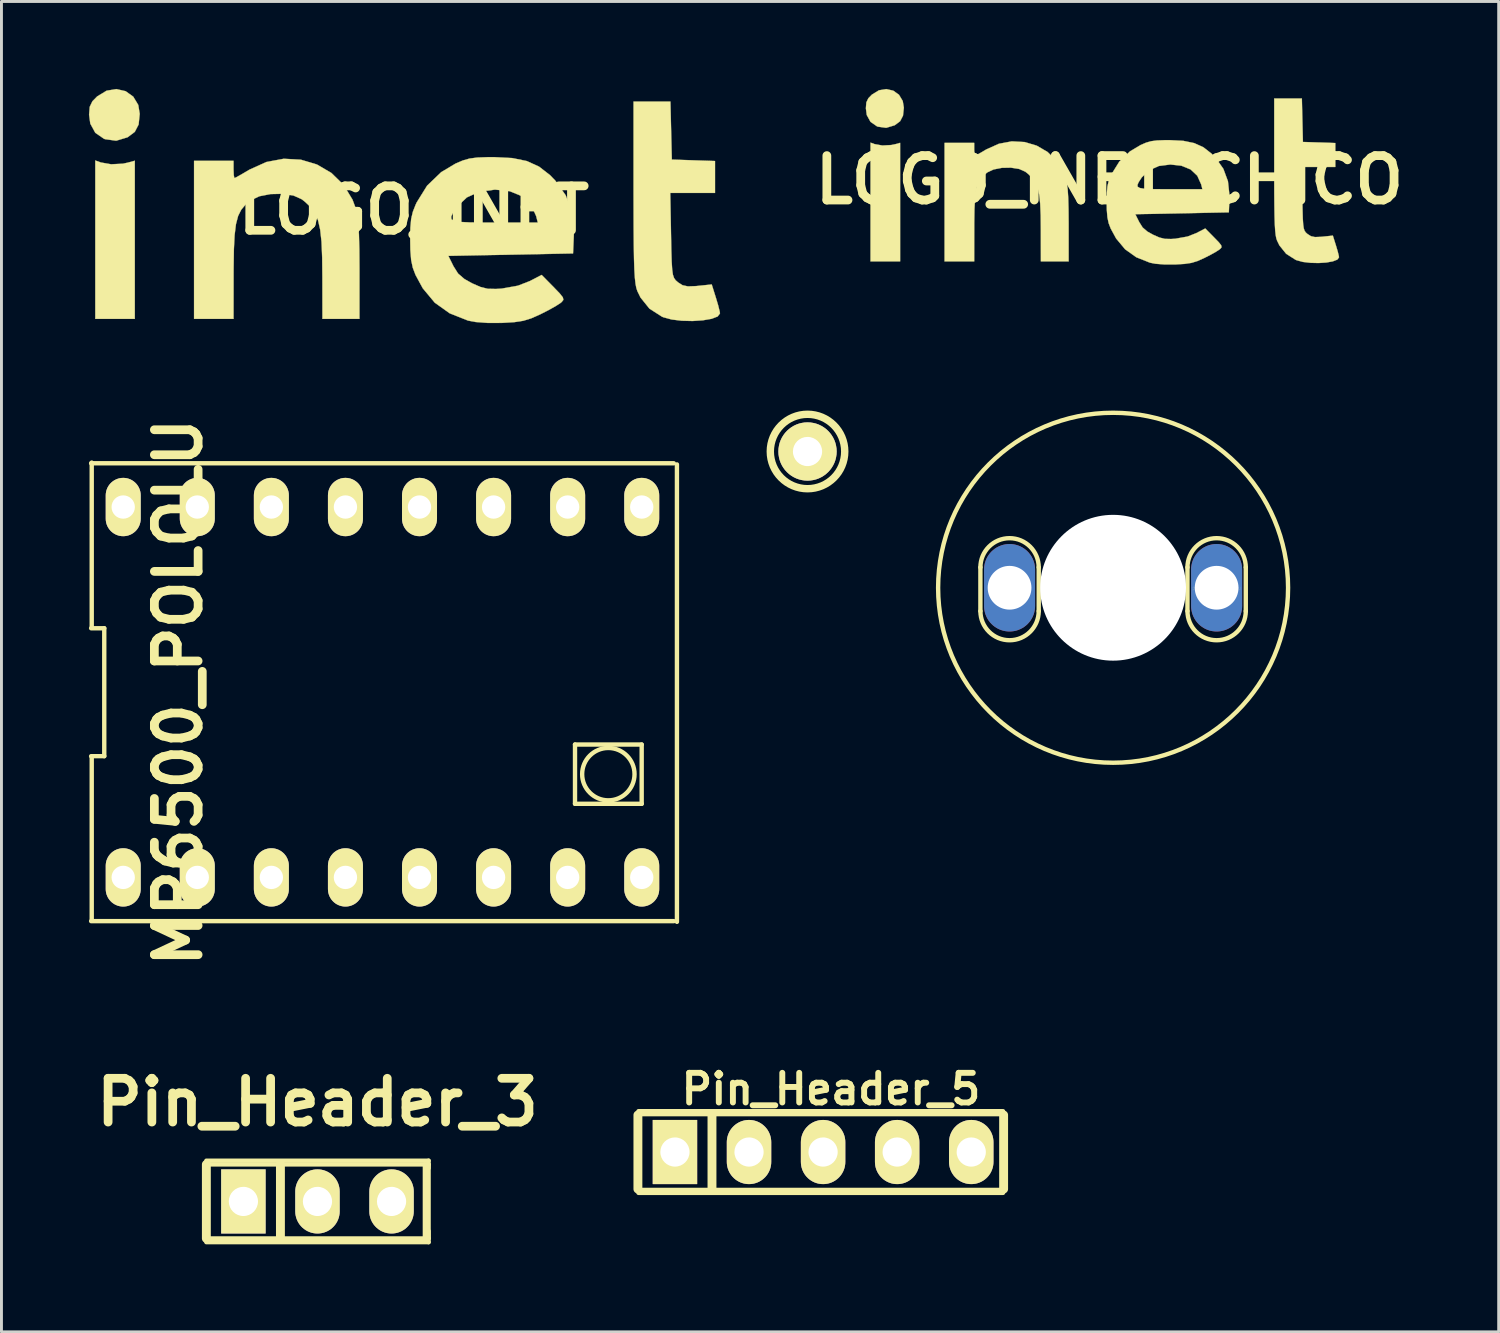
<source format=kicad_pcb>
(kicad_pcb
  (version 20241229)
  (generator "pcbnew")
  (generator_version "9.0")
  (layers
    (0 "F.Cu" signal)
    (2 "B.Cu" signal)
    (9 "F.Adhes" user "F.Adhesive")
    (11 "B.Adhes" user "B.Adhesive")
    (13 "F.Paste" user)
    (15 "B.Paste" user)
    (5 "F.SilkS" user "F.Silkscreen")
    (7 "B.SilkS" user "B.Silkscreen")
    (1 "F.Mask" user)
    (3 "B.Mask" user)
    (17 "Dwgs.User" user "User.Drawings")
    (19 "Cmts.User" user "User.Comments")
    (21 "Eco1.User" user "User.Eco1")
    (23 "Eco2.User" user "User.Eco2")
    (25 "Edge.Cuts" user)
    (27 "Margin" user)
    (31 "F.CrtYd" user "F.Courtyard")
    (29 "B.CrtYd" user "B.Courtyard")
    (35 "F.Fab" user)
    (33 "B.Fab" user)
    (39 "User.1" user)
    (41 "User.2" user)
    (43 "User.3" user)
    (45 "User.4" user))
  (footprint "LOGO_INET"
    (layer "F.Cu")
    (at 11.139 4.158)
    (property "Reference" "LOGO_INET" (at 0 0 0) (layer "F.SilkS") (effects (font (size 1.524 1.524) (thickness 0.3))))
    (attr through_hole)
    (fp_poly (pts (xy -10.732 -1.637) (xy -10.379 -1.575) (xy -9.975 -1.595) (xy -9.8 -1.633) (xy -9.567 -1.697) (xy -9.567 3.725) (xy -10.922 3.725) (xy -10.922 -1.705) (xy -10.732 -1.637)) (stroke (width 0.01) (type solid)) (fill yes) (layer "F.SilkS"))
    (fp_poly (pts (xy -9.881 -4.081) (xy -9.62 -3.894) (xy -9.448 -3.609) (xy -9.398 -3.303) (xy -9.436 -2.939) (xy -9.567 -2.686) (xy -9.811 -2.503) (xy -9.82 -2.499) (xy -10.206 -2.383) (xy -10.588 -2.436) (xy -10.626 -2.451) (xy -10.922 -2.655) (xy -11.093 -2.969) (xy -11.134 -3.276) (xy -11.112 -3.545) (xy -11.02 -3.736) (xy -10.857 -3.902) (xy -10.534 -4.098) (xy -10.197 -4.153) (xy -9.881 -4.081)) (stroke (width 0.01) (type solid)) (fill yes) (layer "F.SilkS"))
    (fp_poly (pts (xy 8.824 -2.731) (xy 8.848 -1.736) (xy 9.588 -1.711) (xy 10.329 -1.687) (xy 10.329 -0.593) (xy 8.794 -0.593) (xy 8.821 0.854) (xy 8.831 1.381) (xy 8.843 1.765) (xy 8.86 2.032) (xy 8.885 2.21) (xy 8.924 2.324) (xy 8.979 2.402) (xy 9.055 2.469) (xy 9.059 2.473) (xy 9.217 2.573) (xy 9.4 2.612) (xy 9.673 2.602) (xy 9.743 2.595) (xy 10.216 2.546) (xy 10.357 2.995) (xy 10.436 3.26) (xy 10.487 3.464) (xy 10.499 3.538) (xy 10.421 3.643) (xy 10.214 3.723) (xy 9.914 3.775) (xy 9.561 3.799) (xy 9.191 3.79) (xy 8.844 3.748) (xy 8.555 3.67) (xy 8.509 3.65) (xy 8.081 3.376) (xy 7.775 2.996) (xy 7.666 2.774) (xy 7.631 2.667) (xy 7.603 2.52) (xy 7.58 2.316) (xy 7.563 2.037) (xy 7.551 1.667) (xy 7.543 1.188) (xy 7.538 0.583) (xy 7.536 -0.164) (xy 7.535 -0.632) (xy 7.535 -3.725) (xy 8.8 -3.725) (xy 8.824 -2.731)) (stroke (width 0.01) (type solid)) (fill yes) (layer "F.SilkS"))
    (fp_poly (pts (xy -3.873 -1.732) (xy -3.321 -1.567) (xy -2.825 -1.277) (xy -2.41 -0.872) (xy -2.101 -0.361) (xy -1.992 -0.066) (xy -1.942 0.155) (xy -1.906 0.446) (xy -1.881 0.832) (xy -1.867 1.338) (xy -1.863 1.987) (xy -1.863 2.047) (xy -1.863 3.725) (xy -3.133 3.725) (xy -3.135 2.307) (xy -3.142 1.624) (xy -3.164 1.086) (xy -3.21 0.668) (xy -3.284 0.344) (xy -3.394 0.092) (xy -3.545 -0.115) (xy -3.745 -0.3) (xy -3.843 -0.376) (xy -4.126 -0.503) (xy -4.503 -0.562) (xy -4.913 -0.553) (xy -5.296 -0.478) (xy -5.577 -0.347) (xy -5.769 -0.192) (xy -5.916 -0.018) (xy -6.024 0.197) (xy -6.098 0.479) (xy -6.144 0.852) (xy -6.169 1.34) (xy -6.178 1.966) (xy -6.179 2.138) (xy -6.181 3.725) (xy -7.535 3.725) (xy -7.535 -1.693) (xy -6.181 -1.693) (xy -6.181 -1.397) (xy -6.173 -1.201) (xy -6.153 -1.103) (xy -6.149 -1.101) (xy -6.065 -1.141) (xy -5.878 -1.247) (xy -5.631 -1.393) (xy -5.052 -1.654) (xy -4.458 -1.764) (xy -3.873 -1.732)) (stroke (width 0.01) (type solid)) (fill yes) (layer "F.SilkS"))
    (fp_poly (pts (xy 3.375 -1.788) (xy 3.877 -1.685) (xy 4.296 -1.494) (xy 4.671 -1.203) (xy 4.857 -1.01) (xy 5.211 -0.508) (xy 5.42 0.059) (xy 5.49 0.71) (xy 5.486 0.898) (xy 5.461 1.482) (xy 1.185 1.566) (xy 1.362 1.924) (xy 1.519 2.172) (xy 1.735 2.359) (xy 2 2.507) (xy 2.29 2.634) (xy 2.535 2.694) (xy 2.818 2.7) (xy 3.014 2.688) (xy 3.572 2.588) (xy 3.975 2.431) (xy 4.384 2.219) (xy 4.792 2.633) (xy 5.004 2.853) (xy 5.111 2.988) (xy 5.129 3.074) (xy 5.073 3.146) (xy 5.034 3.179) (xy 4.874 3.283) (xy 4.618 3.427) (xy 4.33 3.573) (xy 4.026 3.708) (xy 3.752 3.792) (xy 3.441 3.839) (xy 3.027 3.864) (xy 3.018 3.864) (xy 2.532 3.865) (xy 2.113 3.833) (xy 1.857 3.784) (xy 1.23 3.535) (xy 0.719 3.171) (xy 0.308 2.677) (xy 0.06 2.221) (xy -0.034 1.974) (xy -0.091 1.707) (xy -0.118 1.365) (xy -0.124 1.016) (xy -0.118 0.604) (xy -0.091 0.305) (xy -0.071 0.218) (xy 1.283 0.218) (xy 1.292 0.309) (xy 1.389 0.368) (xy 1.592 0.402) (xy 1.919 0.418) (xy 2.385 0.423) (xy 2.761 0.423) (xy 4.252 0.423) (xy 4.196 0.203) (xy 4.018 -0.192) (xy 3.714 -0.478) (xy 3.291 -0.651) (xy 2.784 -0.706) (xy 2.259 -0.637) (xy 1.819 -0.439) (xy 1.485 -0.121) (xy 1.46 -0.086) (xy 1.345 0.089) (xy 1.283 0.218) (xy -0.071 0.218) (xy -0.034 0.059) (xy 0.063 -0.189) (xy 0.096 -0.261) (xy 0.456 -0.841) (xy 0.939 -1.305) (xy 1.432 -1.599) (xy 1.68 -1.705) (xy 1.911 -1.771) (xy 2.176 -1.806) (xy 2.531 -1.819) (xy 2.752 -1.82) (xy 3.375 -1.788)) (stroke (width 0.01) (type solid)) (fill yes) (layer "F.SilkS")))
  (footprint "MP6500_POLOLU"
    (layer "F.Cu")
    (at 10.065 20.686)
    (property "Reference" "MP6500_POLOLU" (at -7 0 90) (layer "F.SilkS") (effects (font (size 1.5 1.5) (thickness 0.3))))
    (attr through_hole)
    (fp_line (start -9.99 -2.193) (end -9.54 -2.193) (stroke (width 0.15) (type solid)) (layer "F.SilkS"))
    (fp_line (start -9.99 7.85) (end 9.99 7.85) (stroke (width 0.15) (type solid)) (layer "F.SilkS"))
    (fp_line (start -9.97 -2.223) (end -9.97 -7.874) (stroke (width 0.15) (type solid)) (layer "F.SilkS"))
    (fp_line (start -9.97 2.223) (end -9.97 7.811) (stroke (width 0.15) (type solid)) (layer "F.SilkS"))
    (fp_line (start -9.54 -2.193) (end -9.54 2.193) (stroke (width 0.15) (type solid)) (layer "F.SilkS"))
    (fp_line (start -9.54 2.193) (end -9.99 2.193) (stroke (width 0.15) (type solid)) (layer "F.SilkS"))
    (fp_line (start 6.602 1.794) (end 8.888 1.794) (stroke (width 0.15) (type solid)) (layer "F.SilkS"))
    (fp_line (start 6.602 3.826) (end 6.602 1.794) (stroke (width 0.15) (type solid)) (layer "F.SilkS"))
    (fp_line (start 8.888 1.794) (end 8.888 3.826) (stroke (width 0.15) (type solid)) (layer "F.SilkS"))
    (fp_line (start 8.888 3.826) (end 6.602 3.826) (stroke (width 0.15) (type solid)) (layer "F.SilkS"))
    (fp_line (start 9.99 -7.85) (end -9.99 -7.85) (stroke (width 0.15) (type solid)) (layer "F.SilkS"))
    (fp_line (start 10.097 -7.811) (end 10.097 7.874) (stroke (width 0.15) (type solid)) (layer "F.SilkS"))
    (fp_circle (center 7.745 2.81) (end 8.38 2.175) (stroke (width 0.15) (type solid)) (fill no) (layer "F.SilkS"))
    (pad "1" thru_hole oval (at -8.89 6.35) (size 1.2 2) (drill 0.8) (layers "*.Cu" "*.Mask" "F.SilkS"))
    (pad "2" thru_hole oval (at -6.35 6.35) (size 1.2 2) (drill 0.8) (layers "*.Cu" "*.Mask" "F.SilkS"))
    (pad "3" thru_hole oval (at -3.81 6.35) (size 1.2 2) (drill 0.8) (layers "*.Cu" "*.Mask" "F.SilkS"))
    (pad "4" thru_hole oval (at -1.27 6.35) (size 1.2 2) (drill 0.8) (layers "*.Cu" "*.Mask" "F.SilkS"))
    (pad "5" thru_hole oval (at 1.27 6.35) (size 1.2 2) (drill 0.8) (layers "*.Cu" "*.Mask" "F.SilkS"))
    (pad "6" thru_hole oval (at 3.81 6.35) (size 1.2 2) (drill 0.8) (layers "*.Cu" "*.Mask" "F.SilkS"))
    (pad "7" thru_hole oval (at 6.35 6.35) (size 1.2 2) (drill 0.8) (layers "*.Cu" "*.Mask" "F.SilkS"))
    (pad "8" thru_hole oval (at 8.89 6.35) (size 1.2 2) (drill 0.8) (layers "*.Cu" "*.Mask" "F.SilkS"))
    (pad "9" thru_hole oval (at 8.89 -6.35) (size 1.2 2) (drill 0.8) (layers "*.Cu" "*.Mask" "F.SilkS"))
    (pad "10" thru_hole oval (at 6.35 -6.35) (size 1.2 2) (drill 0.8) (layers "*.Cu" "*.Mask" "F.SilkS"))
    (pad "11" thru_hole oval (at 3.81 -6.35) (size 1.2 2) (drill 0.8) (layers "*.Cu" "*.Mask" "F.SilkS"))
    (pad "12" thru_hole oval (at 1.27 -6.35) (size 1.2 2) (drill 0.8) (layers "*.Cu" "*.Mask" "F.SilkS"))
    (pad "13" thru_hole oval (at -1.27 -6.35) (size 1.2 2) (drill 0.8) (layers "*.Cu" "*.Mask" "F.SilkS"))
    (pad "14" thru_hole oval (at -3.81 -6.35) (size 1.2 2) (drill 0.8) (layers "*.Cu" "*.Mask" "F.SilkS"))
    (pad "15" thru_hole oval (at -6.35 -6.35) (size 1.2 2) (drill 0.8) (layers "*.Cu" "*.Mask" "F.SilkS"))
    (pad "16" thru_hole oval (at -8.89 -6.35) (size 1.2 2) (drill 0.8) (layers "*.Cu" "*.Mask" "F.SilkS")))
  (footprint "Pin_Header_5"
    (layer "F.Cu")
    (at 25.174 36.453)
    (property "Reference" "Pin_Header_5" (at 0.27 -2.159 0) (layer "F.SilkS") (effects (font (size 1.016 1.016) (thickness 0.203))))
    (attr through_hole)
    (fp_line (start -6.35 1.27) (end -6.35 -1.27) (stroke (width 0.305) (type solid)) (layer "F.SilkS"))
    (fp_line (start -6.33 -1.4) (end 6.17 -1.4) (stroke (width 0.15) (type solid)) (layer "F.SilkS"))
    (fp_line (start -3.81 -1.27) (end -3.81 1.27) (stroke (width 0.305) (type solid)) (layer "F.SilkS"))
    (fp_line (start 6.17 -1.3) (end -6.23 -1.3) (stroke (width 0.15) (type solid)) (layer "F.SilkS"))
    (fp_line (start 6.17 1.3) (end -6.33 1.3) (stroke (width 0.15) (type solid)) (layer "F.SilkS"))
    (fp_line (start 6.17 1.4) (end -6.33 1.4) (stroke (width 0.15) (type solid)) (layer "F.SilkS"))
    (fp_line (start 6.19 -1.27) (end 6.19 1.27) (stroke (width 0.305) (type solid)) (layer "F.SilkS"))
    (pad "1" thru_hole rect (at -5.08 0) (size 1.524 2.2) (drill 1.001) (layers "*.Cu" "*.Mask" "F.SilkS"))
    (pad "2" thru_hole oval (at -2.54 0) (size 1.524 2.2) (drill 1.001) (layers "*.Cu" "*.Mask" "F.SilkS"))
    (pad "3" thru_hole oval (at 0 0) (size 1.524 2.2) (drill 1.001) (layers "*.Cu" "*.Mask" "F.SilkS"))
    (pad "4" thru_hole oval (at 2.54 0) (size 1.524 2.2) (drill 1.001) (layers "*.Cu" "*.Mask" "F.SilkS"))
    (pad "5" thru_hole oval (at 5.08 0) (size 1.524 2.2) (drill 1.001) (layers "*.Cu" "*.Mask" "F.SilkS")))
  (footprint "pad_motor_pololu"
    (layer "F.Cu")
    (at 35.118 17.104)
    (property "Reference" "pad_motor_pololu" (at 3.55 0 0) (layer "F.SilkS") (effects (font (size 0.127 0.127) (thickness 0.003))))
    (attr through_hole)
    (fp_line (start -4.55 0.8) (end -4.55 -0.7) (stroke (width 0.15) (type solid)) (layer "F.SilkS"))
    (fp_line (start -2.55 0.8) (end -2.55 -0.7) (stroke (width 0.15) (type solid)) (layer "F.SilkS"))
    (fp_line (start 2.55 0.8) (end 2.55 -0.7) (stroke (width 0.15) (type solid)) (layer "F.SilkS"))
    (fp_line (start 4.55 0.8) (end 4.55 -0.7) (stroke (width 0.15) (type solid)) (layer "F.SilkS"))
    (fp_arc (start -4.55 -0.7) (mid -3.55 -1.7) (end -2.55 -0.7) (stroke (width 0.15) (type solid)) (layer "F.SilkS"))
    (fp_arc (start -2.55 0.8) (mid -3.55 1.8) (end -4.55 0.8) (stroke (width 0.15) (type solid)) (layer "F.SilkS"))
    (fp_arc (start 2.55 -0.7) (mid 3.55 -1.7) (end 4.55 -0.7) (stroke (width 0.15) (type solid)) (layer "F.SilkS"))
    (fp_arc (start 4.55 0.8) (mid 3.55 1.8) (end 2.55 0.8) (stroke (width 0.15) (type solid)) (layer "F.SilkS"))
    (fp_circle (center 0 0) (end 6 0) (stroke (width 0.15) (type solid)) (fill no) (layer "F.SilkS"))
    (pad "" np_thru_hole circle (at 0 0) (size 5 5) (drill 5) (layers "*.Cu" "*.Mask"))
    (pad "1" thru_hole oval (at -3.55 0) (size 1.75 3) (drill 1.5) (layers "*.Cu" "F.Mask" "F.Paste"))
    (pad "2" thru_hole oval (at 3.55 0) (size 1.75 3) (drill 1.5) (layers "*.Cu" "F.Mask" "F.Paste")))
  (footprint "Pin_Header_3"
    (layer "F.Cu")
    (at 7.836 38.147)
    (property "Reference" "Pin_Header_3" (at 0 -3.4 0) (layer "F.SilkS") (effects (font (size 1.5 1.5) (thickness 0.3))))
    (attr through_hole)
    (fp_line (start -3.81 -1.397) (end 3.81 -1.397) (stroke (width 0.15) (type solid)) (layer "F.SilkS"))
    (fp_line (start -3.81 1.27) (end -3.81 -1.27) (stroke (width 0.305) (type solid)) (layer "F.SilkS"))
    (fp_line (start -1.27 -1.27) (end -1.27 1.27) (stroke (width 0.305) (type solid)) (layer "F.SilkS"))
    (fp_line (start 3.683 1.27) (end 3.683 -1.27) (stroke (width 0.15) (type solid)) (layer "F.SilkS"))
    (fp_line (start 3.81 -1.397) (end 3.81 -1.143) (stroke (width 0.15) (type solid)) (layer "F.SilkS"))
    (fp_line (start 3.81 -1.27) (end -3.81 -1.27) (stroke (width 0.15) (type solid)) (layer "F.SilkS"))
    (fp_line (start 3.81 -1.27) (end 3.81 1.27) (stroke (width 0.15) (type solid)) (layer "F.SilkS"))
    (fp_line (start 3.81 1.016) (end 3.81 1.397) (stroke (width 0.15) (type solid)) (layer "F.SilkS"))
    (fp_line (start 3.81 1.27) (end -3.81 1.27) (stroke (width 0.15) (type solid)) (layer "F.SilkS"))
    (fp_line (start 3.81 1.397) (end -3.81 1.397) (stroke (width 0.15) (type solid)) (layer "F.SilkS"))
    (pad "1" thru_hole rect (at -2.54 0) (size 1.524 2.2) (drill 1.001) (layers "*.Cu" "*.Mask" "F.SilkS"))
    (pad "2" thru_hole oval (at 0 0) (size 1.524 2.2) (drill 1.001) (layers "*.Cu" "*.Mask" "F.SilkS"))
    (pad "3" thru_hole oval (at 2.54 0) (size 1.524 2.2) (drill 1.001) (layers "*.Cu" "*.Mask" "F.SilkS")))
  (footprint "pad_1_5mm"
    (layer "F.Cu")
    (at 24.64 12.432)
    (property "Reference" "pad_1_5mm" (at 0 0 0) (layer "F.SilkS") (effects (font (size 0.127 0.127) (thickness 0.003))))
    (attr through_hole)
    (fp_circle (center 0 0) (end 1.27 -0.127) (stroke (width 0.254) (type solid)) (fill no) (layer "F.SilkS"))
    (pad "1" thru_hole circle (at 0 0) (size 1.999 1.999) (drill 1.001) (layers "*.Cu" "*.Mask" "F.SilkS")))
  (footprint "LOGO_INET_CHICO"
    (layer "F.Cu")
    (at 34.991 3.12)
    (property "Reference" "LOGO_INET_CHICO" (at 0 0 0) (layer "F.SilkS") (effects (font (size 1.524 1.524) (thickness 0.3))))
    (attr through_hole)
    (fp_poly (pts (xy -8.049 -1.228) (xy -7.784 -1.181) (xy -7.481 -1.197) (xy -7.35 -1.224) (xy -7.176 -1.272) (xy -7.176 2.794) (xy -8.191 2.794) (xy -8.191 -1.279) (xy -8.049 -1.228)) (stroke (width 0.01) (type solid)) (fill yes) (layer "F.SilkS"))
    (fp_poly (pts (xy -7.411 -3.061) (xy -7.215 -2.921) (xy -7.086 -2.706) (xy -7.048 -2.477) (xy -7.077 -2.204) (xy -7.175 -2.015) (xy -7.358 -1.877) (xy -7.365 -1.874) (xy -7.654 -1.787) (xy -7.941 -1.827) (xy -7.969 -1.838) (xy -8.191 -1.992) (xy -8.32 -2.227) (xy -8.35 -2.457) (xy -8.334 -2.659) (xy -8.265 -2.802) (xy -8.143 -2.926) (xy -7.901 -3.074) (xy -7.648 -3.115) (xy -7.411 -3.061)) (stroke (width 0.01) (type solid)) (fill yes) (layer "F.SilkS"))
    (fp_poly (pts (xy 6.618 -2.048) (xy 6.636 -1.302) (xy 7.747 -1.265) (xy 7.747 -0.445) (xy 7.171 -0.445) (xy 6.596 -0.445) (xy 6.616 0.641) (xy 6.624 1.036) (xy 6.632 1.323) (xy 6.645 1.524) (xy 6.664 1.657) (xy 6.693 1.743) (xy 6.734 1.801) (xy 6.791 1.852) (xy 6.795 1.855) (xy 6.913 1.93) (xy 7.05 1.959) (xy 7.255 1.951) (xy 7.307 1.946) (xy 7.662 1.909) (xy 7.768 2.246) (xy 7.827 2.445) (xy 7.865 2.598) (xy 7.874 2.654) (xy 7.816 2.732) (xy 7.66 2.792) (xy 7.436 2.832) (xy 7.171 2.849) (xy 6.894 2.842) (xy 6.633 2.811) (xy 6.417 2.752) (xy 6.382 2.737) (xy 6.061 2.532) (xy 5.831 2.247) (xy 5.75 2.081) (xy 5.723 2.001) (xy 5.702 1.89) (xy 5.685 1.737) (xy 5.672 1.528) (xy 5.663 1.25) (xy 5.657 0.891) (xy 5.653 0.437) (xy 5.652 -0.123) (xy 5.652 -0.474) (xy 5.652 -2.794) (xy 6.6 -2.794) (xy 6.618 -2.048)) (stroke (width 0.01) (type solid)) (fill yes) (layer "F.SilkS"))
    (fp_poly (pts (xy -2.905 -1.299) (xy -2.491 -1.175) (xy -2.119 -0.958) (xy -1.808 -0.654) (xy -1.575 -0.271) (xy -1.494 -0.049) (xy -1.456 0.116) (xy -1.429 0.334) (xy -1.411 0.624) (xy -1.401 1.004) (xy -1.397 1.49) (xy -1.397 1.536) (xy -1.397 2.794) (xy -2.349 2.794) (xy -2.351 1.73) (xy -2.356 1.218) (xy -2.373 0.815) (xy -2.407 0.501) (xy -2.463 0.258) (xy -2.545 0.069) (xy -2.659 -0.086) (xy -2.809 -0.225) (xy -2.882 -0.282) (xy -3.095 -0.377) (xy -3.378 -0.421) (xy -3.685 -0.415) (xy -3.972 -0.359) (xy -4.183 -0.26) (xy -4.327 -0.144) (xy -4.437 -0.014) (xy -4.518 0.148) (xy -4.573 0.36) (xy -4.608 0.639) (xy -4.627 1.005) (xy -4.634 1.475) (xy -4.634 1.603) (xy -4.636 2.794) (xy -5.652 2.794) (xy -5.652 -1.27) (xy -4.636 -1.27) (xy -4.636 -1.048) (xy -4.629 -0.901) (xy -4.615 -0.827) (xy -4.611 -0.826) (xy -4.549 -0.856) (xy -4.409 -0.935) (xy -4.223 -1.045) (xy -3.789 -1.24) (xy -3.344 -1.323) (xy -2.905 -1.299)) (stroke (width 0.01) (type solid)) (fill yes) (layer "F.SilkS"))
    (fp_poly (pts (xy 2.531 -1.341) (xy 2.908 -1.263) (xy 3.222 -1.121) (xy 3.503 -0.902) (xy 3.643 -0.758) (xy 3.908 -0.381) (xy 4.065 0.044) (xy 4.118 0.533) (xy 4.115 0.674) (xy 4.096 1.111) (xy 0.889 1.175) (xy 1.022 1.443) (xy 1.139 1.629) (xy 1.301 1.769) (xy 1.5 1.88) (xy 1.717 1.975) (xy 1.901 2.02) (xy 2.114 2.025) (xy 2.26 2.016) (xy 2.679 1.941) (xy 2.981 1.823) (xy 3.288 1.664) (xy 3.594 1.975) (xy 3.753 2.139) (xy 3.833 2.241) (xy 3.847 2.306) (xy 3.805 2.36) (xy 3.775 2.384) (xy 3.656 2.462) (xy 3.463 2.57) (xy 3.247 2.68) (xy 3.02 2.781) (xy 2.814 2.844) (xy 2.58 2.879) (xy 2.271 2.898) (xy 2.263 2.898) (xy 1.899 2.899) (xy 1.585 2.875) (xy 1.393 2.838) (xy 0.922 2.651) (xy 0.539 2.378) (xy 0.231 2.008) (xy 0.045 1.666) (xy -0.026 1.481) (xy -0.068 1.28) (xy -0.089 1.024) (xy -0.093 0.762) (xy -0.088 0.453) (xy -0.068 0.228) (xy -0.054 0.164) (xy 0.963 0.164) (xy 0.969 0.232) (xy 1.042 0.276) (xy 1.194 0.302) (xy 1.439 0.314) (xy 1.789 0.317) (xy 2.071 0.318) (xy 3.189 0.318) (xy 3.147 0.152) (xy 3.014 -0.144) (xy 2.786 -0.359) (xy 2.468 -0.488) (xy 2.088 -0.529) (xy 1.694 -0.478) (xy 1.364 -0.329) (xy 1.114 -0.091) (xy 1.095 -0.064) (xy 1.009 0.067) (xy 0.963 0.164) (xy -0.054 0.164) (xy -0.026 0.044) (xy 0.047 -0.142) (xy 0.072 -0.196) (xy 0.342 -0.631) (xy 0.704 -0.979) (xy 1.074 -1.199) (xy 1.26 -1.279) (xy 1.433 -1.328) (xy 1.632 -1.354) (xy 1.898 -1.364) (xy 2.064 -1.365) (xy 2.531 -1.341)) (stroke (width 0.01) (type solid)) (fill yes) (layer "F.SilkS")))
  (gr_rect
    (start -3 -3)
    (end 48.34 42.619)
    (stroke (width 0.1) (type default))
    (fill no)
    (layer "Edge.Cuts")))
</source>
